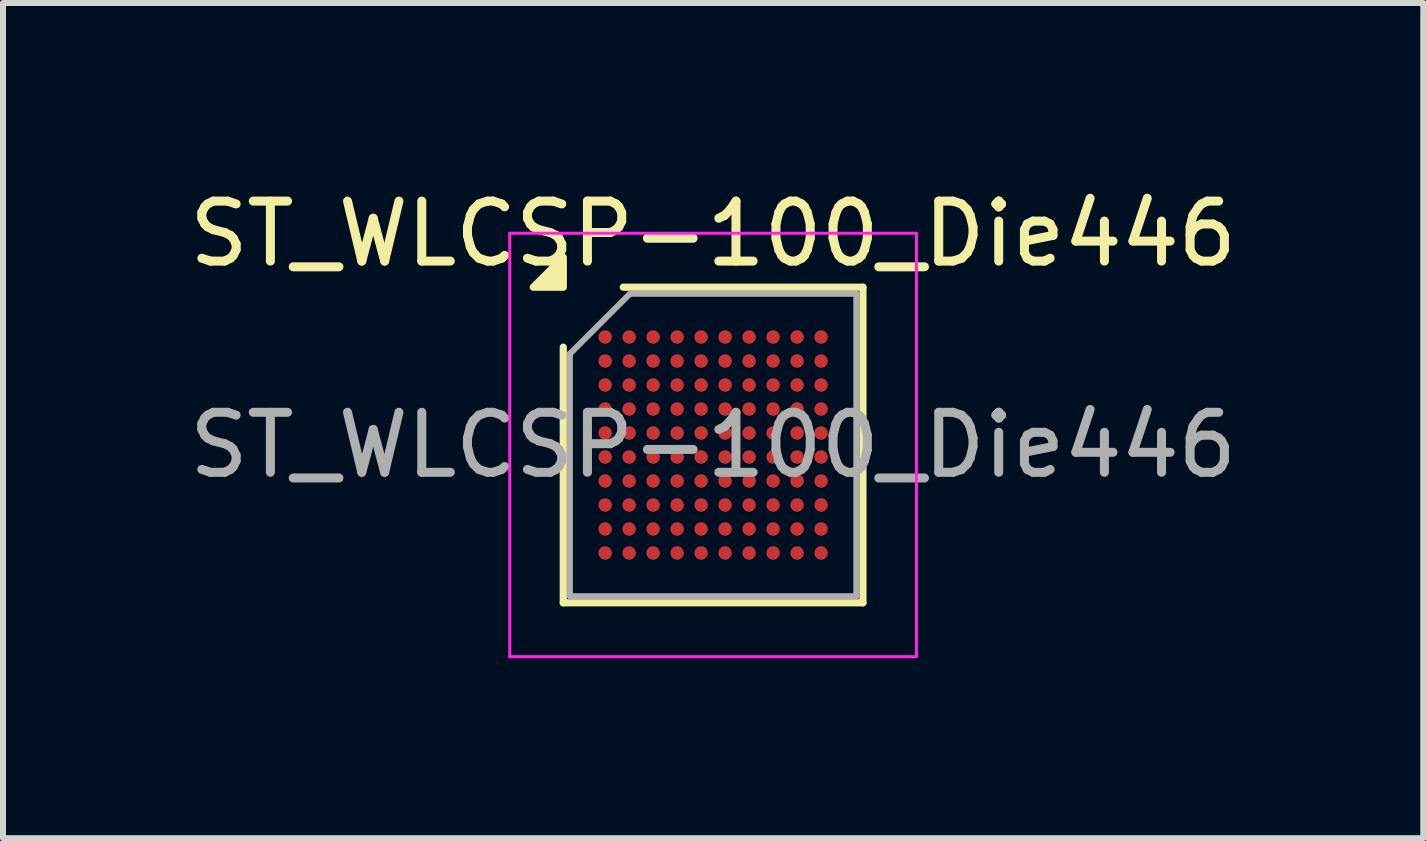
<source format=kicad_pcb>
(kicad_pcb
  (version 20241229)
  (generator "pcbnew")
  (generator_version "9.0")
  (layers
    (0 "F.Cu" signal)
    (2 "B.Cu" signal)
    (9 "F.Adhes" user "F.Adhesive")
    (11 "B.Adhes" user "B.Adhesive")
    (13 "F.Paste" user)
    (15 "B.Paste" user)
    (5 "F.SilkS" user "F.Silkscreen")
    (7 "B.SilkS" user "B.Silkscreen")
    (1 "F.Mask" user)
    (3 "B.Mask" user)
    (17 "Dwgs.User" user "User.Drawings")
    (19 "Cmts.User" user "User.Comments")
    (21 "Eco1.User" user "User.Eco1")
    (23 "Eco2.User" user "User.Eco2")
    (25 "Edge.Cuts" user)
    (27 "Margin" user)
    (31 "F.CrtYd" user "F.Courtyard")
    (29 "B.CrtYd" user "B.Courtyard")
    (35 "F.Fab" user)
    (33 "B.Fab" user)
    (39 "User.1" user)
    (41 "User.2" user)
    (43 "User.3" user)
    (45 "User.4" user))
  (footprint "ST_WLCSP-100_Die446"
    (layer "F.Cu")
    (at 8.839 4.369)
    (property "Reference" "ST_WLCSP-100_Die446" (at 0 -3.521 0) (layer "F.SilkS") (effects (font (size 1 1) (thickness 0.15))))
    (attr smd)
    (fp_line (start -2.498 2.631) (end -2.498 -1.631) (stroke (width 0.12) (type solid)) (layer "F.SilkS"))
    (fp_line (start -1.498 -2.631) (end 2.498 -2.631) (stroke (width 0.12) (type solid)) (layer "F.SilkS"))
    (fp_line (start 2.498 -2.631) (end 2.498 2.631) (stroke (width 0.12) (type solid)) (layer "F.SilkS"))
    (fp_line (start 2.498 2.631) (end -2.498 2.631) (stroke (width 0.12) (type solid)) (layer "F.SilkS"))
    (fp_poly (pts (xy -2.498 -2.631) (xy -2.998 -2.631) (xy -2.498 -3.131)) (stroke (width 0.12) (type solid)) (fill yes) (layer "F.SilkS"))
    (fp_line (start -3.39 -3.53) (end -3.39 3.53) (stroke (width 0.05) (type solid)) (layer "F.CrtYd"))
    (fp_line (start -3.39 3.53) (end 3.39 3.53) (stroke (width 0.05) (type solid)) (layer "F.CrtYd"))
    (fp_line (start 3.39 -3.53) (end -3.39 -3.53) (stroke (width 0.05) (type solid)) (layer "F.CrtYd"))
    (fp_line (start 3.39 3.53) (end 3.39 -3.53) (stroke (width 0.05) (type solid)) (layer "F.CrtYd"))
    (fp_line (start -2.388 -1.52) (end -1.387 -2.521) (stroke (width 0.1) (type solid)) (layer "F.Fab"))
    (fp_line (start -2.388 2.521) (end -2.388 -1.52) (stroke (width 0.1) (type solid)) (layer "F.Fab"))
    (fp_line (start -1.387 -2.521) (end 2.388 -2.521) (stroke (width 0.1) (type solid)) (layer "F.Fab"))
    (fp_line (start 2.388 -2.521) (end 2.388 2.521) (stroke (width 0.1) (type solid)) (layer "F.Fab"))
    (fp_line (start 2.388 2.521) (end -2.388 2.521) (stroke (width 0.1) (type solid)) (layer "F.Fab"))
    (fp_text user "${REFERENCE}" (at 0 0 0) (layer "F.Fab") (effects (font (size 1 1) (thickness 0.15))))
    (pad "A1" smd circle (at -1.8 -1.8) (size 0.225 0.225) (property pad_prop_bga) (layers "F.Cu" "F.Mask" "F.Paste"))
    (pad "A2" smd circle (at -1.4 -1.8) (size 0.225 0.225) (property pad_prop_bga) (layers "F.Cu" "F.Mask" "F.Paste"))
    (pad "A3" smd circle (at -1 -1.8) (size 0.225 0.225) (property pad_prop_bga) (layers "F.Cu" "F.Mask" "F.Paste"))
    (pad "A4" smd circle (at -0.6 -1.8) (size 0.225 0.225) (property pad_prop_bga) (layers "F.Cu" "F.Mask" "F.Paste"))
    (pad "A5" smd circle (at -0.2 -1.8) (size 0.225 0.225) (property pad_prop_bga) (layers "F.Cu" "F.Mask" "F.Paste"))
    (pad "A6" smd circle (at 0.2 -1.8) (size 0.225 0.225) (property pad_prop_bga) (layers "F.Cu" "F.Mask" "F.Paste"))
    (pad "A7" smd circle (at 0.6 -1.8) (size 0.225 0.225) (property pad_prop_bga) (layers "F.Cu" "F.Mask" "F.Paste"))
    (pad "A8" smd circle (at 1 -1.8) (size 0.225 0.225) (property pad_prop_bga) (layers "F.Cu" "F.Mask" "F.Paste"))
    (pad "A9" smd circle (at 1.4 -1.8) (size 0.225 0.225) (property pad_prop_bga) (layers "F.Cu" "F.Mask" "F.Paste"))
    (pad "A10" smd circle (at 1.8 -1.8) (size 0.225 0.225) (property pad_prop_bga) (layers "F.Cu" "F.Mask" "F.Paste"))
    (pad "B1" smd circle (at -1.8 -1.4) (size 0.225 0.225) (property pad_prop_bga) (layers "F.Cu" "F.Mask" "F.Paste"))
    (pad "B2" smd circle (at -1.4 -1.4) (size 0.225 0.225) (property pad_prop_bga) (layers "F.Cu" "F.Mask" "F.Paste"))
    (pad "B3" smd circle (at -1 -1.4) (size 0.225 0.225) (property pad_prop_bga) (layers "F.Cu" "F.Mask" "F.Paste"))
    (pad "B4" smd circle (at -0.6 -1.4) (size 0.225 0.225) (property pad_prop_bga) (layers "F.Cu" "F.Mask" "F.Paste"))
    (pad "B5" smd circle (at -0.2 -1.4) (size 0.225 0.225) (property pad_prop_bga) (layers "F.Cu" "F.Mask" "F.Paste"))
    (pad "B6" smd circle (at 0.2 -1.4) (size 0.225 0.225) (property pad_prop_bga) (layers "F.Cu" "F.Mask" "F.Paste"))
    (pad "B7" smd circle (at 0.6 -1.4) (size 0.225 0.225) (property pad_prop_bga) (layers "F.Cu" "F.Mask" "F.Paste"))
    (pad "B8" smd circle (at 1 -1.4) (size 0.225 0.225) (property pad_prop_bga) (layers "F.Cu" "F.Mask" "F.Paste"))
    (pad "B9" smd circle (at 1.4 -1.4) (size 0.225 0.225) (property pad_prop_bga) (layers "F.Cu" "F.Mask" "F.Paste"))
    (pad "B10" smd circle (at 1.8 -1.4) (size 0.225 0.225) (property pad_prop_bga) (layers "F.Cu" "F.Mask" "F.Paste"))
    (pad "C1" smd circle (at -1.8 -1) (size 0.225 0.225) (property pad_prop_bga) (layers "F.Cu" "F.Mask" "F.Paste"))
    (pad "C2" smd circle (at -1.4 -1) (size 0.225 0.225) (property pad_prop_bga) (layers "F.Cu" "F.Mask" "F.Paste"))
    (pad "C3" smd circle (at -1 -1) (size 0.225 0.225) (property pad_prop_bga) (layers "F.Cu" "F.Mask" "F.Paste"))
    (pad "C4" smd circle (at -0.6 -1) (size 0.225 0.225) (property pad_prop_bga) (layers "F.Cu" "F.Mask" "F.Paste"))
    (pad "C5" smd circle (at -0.2 -1) (size 0.225 0.225) (property pad_prop_bga) (layers "F.Cu" "F.Mask" "F.Paste"))
    (pad "C6" smd circle (at 0.2 -1) (size 0.225 0.225) (property pad_prop_bga) (layers "F.Cu" "F.Mask" "F.Paste"))
    (pad "C7" smd circle (at 0.6 -1) (size 0.225 0.225) (property pad_prop_bga) (layers "F.Cu" "F.Mask" "F.Paste"))
    (pad "C8" smd circle (at 1 -1) (size 0.225 0.225) (property pad_prop_bga) (layers "F.Cu" "F.Mask" "F.Paste"))
    (pad "C9" smd circle (at 1.4 -1) (size 0.225 0.225) (property pad_prop_bga) (layers "F.Cu" "F.Mask" "F.Paste"))
    (pad "C10" smd circle (at 1.8 -1) (size 0.225 0.225) (property pad_prop_bga) (layers "F.Cu" "F.Mask" "F.Paste"))
    (pad "D1" smd circle (at -1.8 -0.6) (size 0.225 0.225) (property pad_prop_bga) (layers "F.Cu" "F.Mask" "F.Paste"))
    (pad "D2" smd circle (at -1.4 -0.6) (size 0.225 0.225) (property pad_prop_bga) (layers "F.Cu" "F.Mask" "F.Paste"))
    (pad "D3" smd circle (at -1 -0.6) (size 0.225 0.225) (property pad_prop_bga) (layers "F.Cu" "F.Mask" "F.Paste"))
    (pad "D4" smd circle (at -0.6 -0.6) (size 0.225 0.225) (property pad_prop_bga) (layers "F.Cu" "F.Mask" "F.Paste"))
    (pad "D5" smd circle (at -0.2 -0.6) (size 0.225 0.225) (property pad_prop_bga) (layers "F.Cu" "F.Mask" "F.Paste"))
    (pad "D6" smd circle (at 0.2 -0.6) (size 0.225 0.225) (property pad_prop_bga) (layers "F.Cu" "F.Mask" "F.Paste"))
    (pad "D7" smd circle (at 0.6 -0.6) (size 0.225 0.225) (property pad_prop_bga) (layers "F.Cu" "F.Mask" "F.Paste"))
    (pad "D8" smd circle (at 1 -0.6) (size 0.225 0.225) (property pad_prop_bga) (layers "F.Cu" "F.Mask" "F.Paste"))
    (pad "D9" smd circle (at 1.4 -0.6) (size 0.225 0.225) (property pad_prop_bga) (layers "F.Cu" "F.Mask" "F.Paste"))
    (pad "D10" smd circle (at 1.8 -0.6) (size 0.225 0.225) (property pad_prop_bga) (layers "F.Cu" "F.Mask" "F.Paste"))
    (pad "E1" smd circle (at -1.8 -0.2) (size 0.225 0.225) (property pad_prop_bga) (layers "F.Cu" "F.Mask" "F.Paste"))
    (pad "E2" smd circle (at -1.4 -0.2) (size 0.225 0.225) (property pad_prop_bga) (layers "F.Cu" "F.Mask" "F.Paste"))
    (pad "E3" smd circle (at -1 -0.2) (size 0.225 0.225) (property pad_prop_bga) (layers "F.Cu" "F.Mask" "F.Paste"))
    (pad "E4" smd circle (at -0.6 -0.2) (size 0.225 0.225) (property pad_prop_bga) (layers "F.Cu" "F.Mask" "F.Paste"))
    (pad "E5" smd circle (at -0.2 -0.2) (size 0.225 0.225) (property pad_prop_bga) (layers "F.Cu" "F.Mask" "F.Paste"))
    (pad "E6" smd circle (at 0.2 -0.2) (size 0.225 0.225) (property pad_prop_bga) (layers "F.Cu" "F.Mask" "F.Paste"))
    (pad "E7" smd circle (at 0.6 -0.2) (size 0.225 0.225) (property pad_prop_bga) (layers "F.Cu" "F.Mask" "F.Paste"))
    (pad "E8" smd circle (at 1 -0.2) (size 0.225 0.225) (property pad_prop_bga) (layers "F.Cu" "F.Mask" "F.Paste"))
    (pad "E9" smd circle (at 1.4 -0.2) (size 0.225 0.225) (property pad_prop_bga) (layers "F.Cu" "F.Mask" "F.Paste"))
    (pad "E10" smd circle (at 1.8 -0.2) (size 0.225 0.225) (property pad_prop_bga) (layers "F.Cu" "F.Mask" "F.Paste"))
    (pad "F1" smd circle (at -1.8 0.2) (size 0.225 0.225) (property pad_prop_bga) (layers "F.Cu" "F.Mask" "F.Paste"))
    (pad "F2" smd circle (at -1.4 0.2) (size 0.225 0.225) (property pad_prop_bga) (layers "F.Cu" "F.Mask" "F.Paste"))
    (pad "F3" smd circle (at -1 0.2) (size 0.225 0.225) (property pad_prop_bga) (layers "F.Cu" "F.Mask" "F.Paste"))
    (pad "F4" smd circle (at -0.6 0.2) (size 0.225 0.225) (property pad_prop_bga) (layers "F.Cu" "F.Mask" "F.Paste"))
    (pad "F5" smd circle (at -0.2 0.2) (size 0.225 0.225) (property pad_prop_bga) (layers "F.Cu" "F.Mask" "F.Paste"))
    (pad "F6" smd circle (at 0.2 0.2) (size 0.225 0.225) (property pad_prop_bga) (layers "F.Cu" "F.Mask" "F.Paste"))
    (pad "F7" smd circle (at 0.6 0.2) (size 0.225 0.225) (property pad_prop_bga) (layers "F.Cu" "F.Mask" "F.Paste"))
    (pad "F8" smd circle (at 1 0.2) (size 0.225 0.225) (property pad_prop_bga) (layers "F.Cu" "F.Mask" "F.Paste"))
    (pad "F9" smd circle (at 1.4 0.2) (size 0.225 0.225) (property pad_prop_bga) (layers "F.Cu" "F.Mask" "F.Paste"))
    (pad "F10" smd circle (at 1.8 0.2) (size 0.225 0.225) (property pad_prop_bga) (layers "F.Cu" "F.Mask" "F.Paste"))
    (pad "G1" smd circle (at -1.8 0.6) (size 0.225 0.225) (property pad_prop_bga) (layers "F.Cu" "F.Mask" "F.Paste"))
    (pad "G2" smd circle (at -1.4 0.6) (size 0.225 0.225) (property pad_prop_bga) (layers "F.Cu" "F.Mask" "F.Paste"))
    (pad "G3" smd circle (at -1 0.6) (size 0.225 0.225) (property pad_prop_bga) (layers "F.Cu" "F.Mask" "F.Paste"))
    (pad "G4" smd circle (at -0.6 0.6) (size 0.225 0.225) (property pad_prop_bga) (layers "F.Cu" "F.Mask" "F.Paste"))
    (pad "G5" smd circle (at -0.2 0.6) (size 0.225 0.225) (property pad_prop_bga) (layers "F.Cu" "F.Mask" "F.Paste"))
    (pad "G6" smd circle (at 0.2 0.6) (size 0.225 0.225) (property pad_prop_bga) (layers "F.Cu" "F.Mask" "F.Paste"))
    (pad "G7" smd circle (at 0.6 0.6) (size 0.225 0.225) (property pad_prop_bga) (layers "F.Cu" "F.Mask" "F.Paste"))
    (pad "G8" smd circle (at 1 0.6) (size 0.225 0.225) (property pad_prop_bga) (layers "F.Cu" "F.Mask" "F.Paste"))
    (pad "G9" smd circle (at 1.4 0.6) (size 0.225 0.225) (property pad_prop_bga) (layers "F.Cu" "F.Mask" "F.Paste"))
    (pad "G10" smd circle (at 1.8 0.6) (size 0.225 0.225) (property pad_prop_bga) (layers "F.Cu" "F.Mask" "F.Paste"))
    (pad "H1" smd circle (at -1.8 1) (size 0.225 0.225) (property pad_prop_bga) (layers "F.Cu" "F.Mask" "F.Paste"))
    (pad "H2" smd circle (at -1.4 1) (size 0.225 0.225) (property pad_prop_bga) (layers "F.Cu" "F.Mask" "F.Paste"))
    (pad "H3" smd circle (at -1 1) (size 0.225 0.225) (property pad_prop_bga) (layers "F.Cu" "F.Mask" "F.Paste"))
    (pad "H4" smd circle (at -0.6 1) (size 0.225 0.225) (property pad_prop_bga) (layers "F.Cu" "F.Mask" "F.Paste"))
    (pad "H5" smd circle (at -0.2 1) (size 0.225 0.225) (property pad_prop_bga) (layers "F.Cu" "F.Mask" "F.Paste"))
    (pad "H6" smd circle (at 0.2 1) (size 0.225 0.225) (property pad_prop_bga) (layers "F.Cu" "F.Mask" "F.Paste"))
    (pad "H7" smd circle (at 0.6 1) (size 0.225 0.225) (property pad_prop_bga) (layers "F.Cu" "F.Mask" "F.Paste"))
    (pad "H8" smd circle (at 1 1) (size 0.225 0.225) (property pad_prop_bga) (layers "F.Cu" "F.Mask" "F.Paste"))
    (pad "H9" smd circle (at 1.4 1) (size 0.225 0.225) (property pad_prop_bga) (layers "F.Cu" "F.Mask" "F.Paste"))
    (pad "H10" smd circle (at 1.8 1) (size 0.225 0.225) (property pad_prop_bga) (layers "F.Cu" "F.Mask" "F.Paste"))
    (pad "J1" smd circle (at -1.8 1.4) (size 0.225 0.225) (property pad_prop_bga) (layers "F.Cu" "F.Mask" "F.Paste"))
    (pad "J2" smd circle (at -1.4 1.4) (size 0.225 0.225) (property pad_prop_bga) (layers "F.Cu" "F.Mask" "F.Paste"))
    (pad "J3" smd circle (at -1 1.4) (size 0.225 0.225) (property pad_prop_bga) (layers "F.Cu" "F.Mask" "F.Paste"))
    (pad "J4" smd circle (at -0.6 1.4) (size 0.225 0.225) (property pad_prop_bga) (layers "F.Cu" "F.Mask" "F.Paste"))
    (pad "J5" smd circle (at -0.2 1.4) (size 0.225 0.225) (property pad_prop_bga) (layers "F.Cu" "F.Mask" "F.Paste"))
    (pad "J6" smd circle (at 0.2 1.4) (size 0.225 0.225) (property pad_prop_bga) (layers "F.Cu" "F.Mask" "F.Paste"))
    (pad "J7" smd circle (at 0.6 1.4) (size 0.225 0.225) (property pad_prop_bga) (layers "F.Cu" "F.Mask" "F.Paste"))
    (pad "J8" smd circle (at 1 1.4) (size 0.225 0.225) (property pad_prop_bga) (layers "F.Cu" "F.Mask" "F.Paste"))
    (pad "J9" smd circle (at 1.4 1.4) (size 0.225 0.225) (property pad_prop_bga) (layers "F.Cu" "F.Mask" "F.Paste"))
    (pad "J10" smd circle (at 1.8 1.4) (size 0.225 0.225) (property pad_prop_bga) (layers "F.Cu" "F.Mask" "F.Paste"))
    (pad "K1" smd circle (at -1.8 1.8) (size 0.225 0.225) (property pad_prop_bga) (layers "F.Cu" "F.Mask" "F.Paste"))
    (pad "K2" smd circle (at -1.4 1.8) (size 0.225 0.225) (property pad_prop_bga) (layers "F.Cu" "F.Mask" "F.Paste"))
    (pad "K3" smd circle (at -1 1.8) (size 0.225 0.225) (property pad_prop_bga) (layers "F.Cu" "F.Mask" "F.Paste"))
    (pad "K4" smd circle (at -0.6 1.8) (size 0.225 0.225) (property pad_prop_bga) (layers "F.Cu" "F.Mask" "F.Paste"))
    (pad "K5" smd circle (at -0.2 1.8) (size 0.225 0.225) (property pad_prop_bga) (layers "F.Cu" "F.Mask" "F.Paste"))
    (pad "K6" smd circle (at 0.2 1.8) (size 0.225 0.225) (property pad_prop_bga) (layers "F.Cu" "F.Mask" "F.Paste"))
    (pad "K7" smd circle (at 0.6 1.8) (size 0.225 0.225) (property pad_prop_bga) (layers "F.Cu" "F.Mask" "F.Paste"))
    (pad "K8" smd circle (at 1 1.8) (size 0.225 0.225) (property pad_prop_bga) (layers "F.Cu" "F.Mask" "F.Paste"))
    (pad "K9" smd circle (at 1.4 1.8) (size 0.225 0.225) (property pad_prop_bga) (layers "F.Cu" "F.Mask" "F.Paste"))
    (pad "K10" smd circle (at 1.8 1.8) (size 0.225 0.225) (property pad_prop_bga) (layers "F.Cu" "F.Mask" "F.Paste")))
  (gr_rect
    (start -3 -3)
    (end 20.679 10.924)
    (stroke (width 0.1) (type default))
    (fill no)
    (layer "Edge.Cuts")))
</source>
